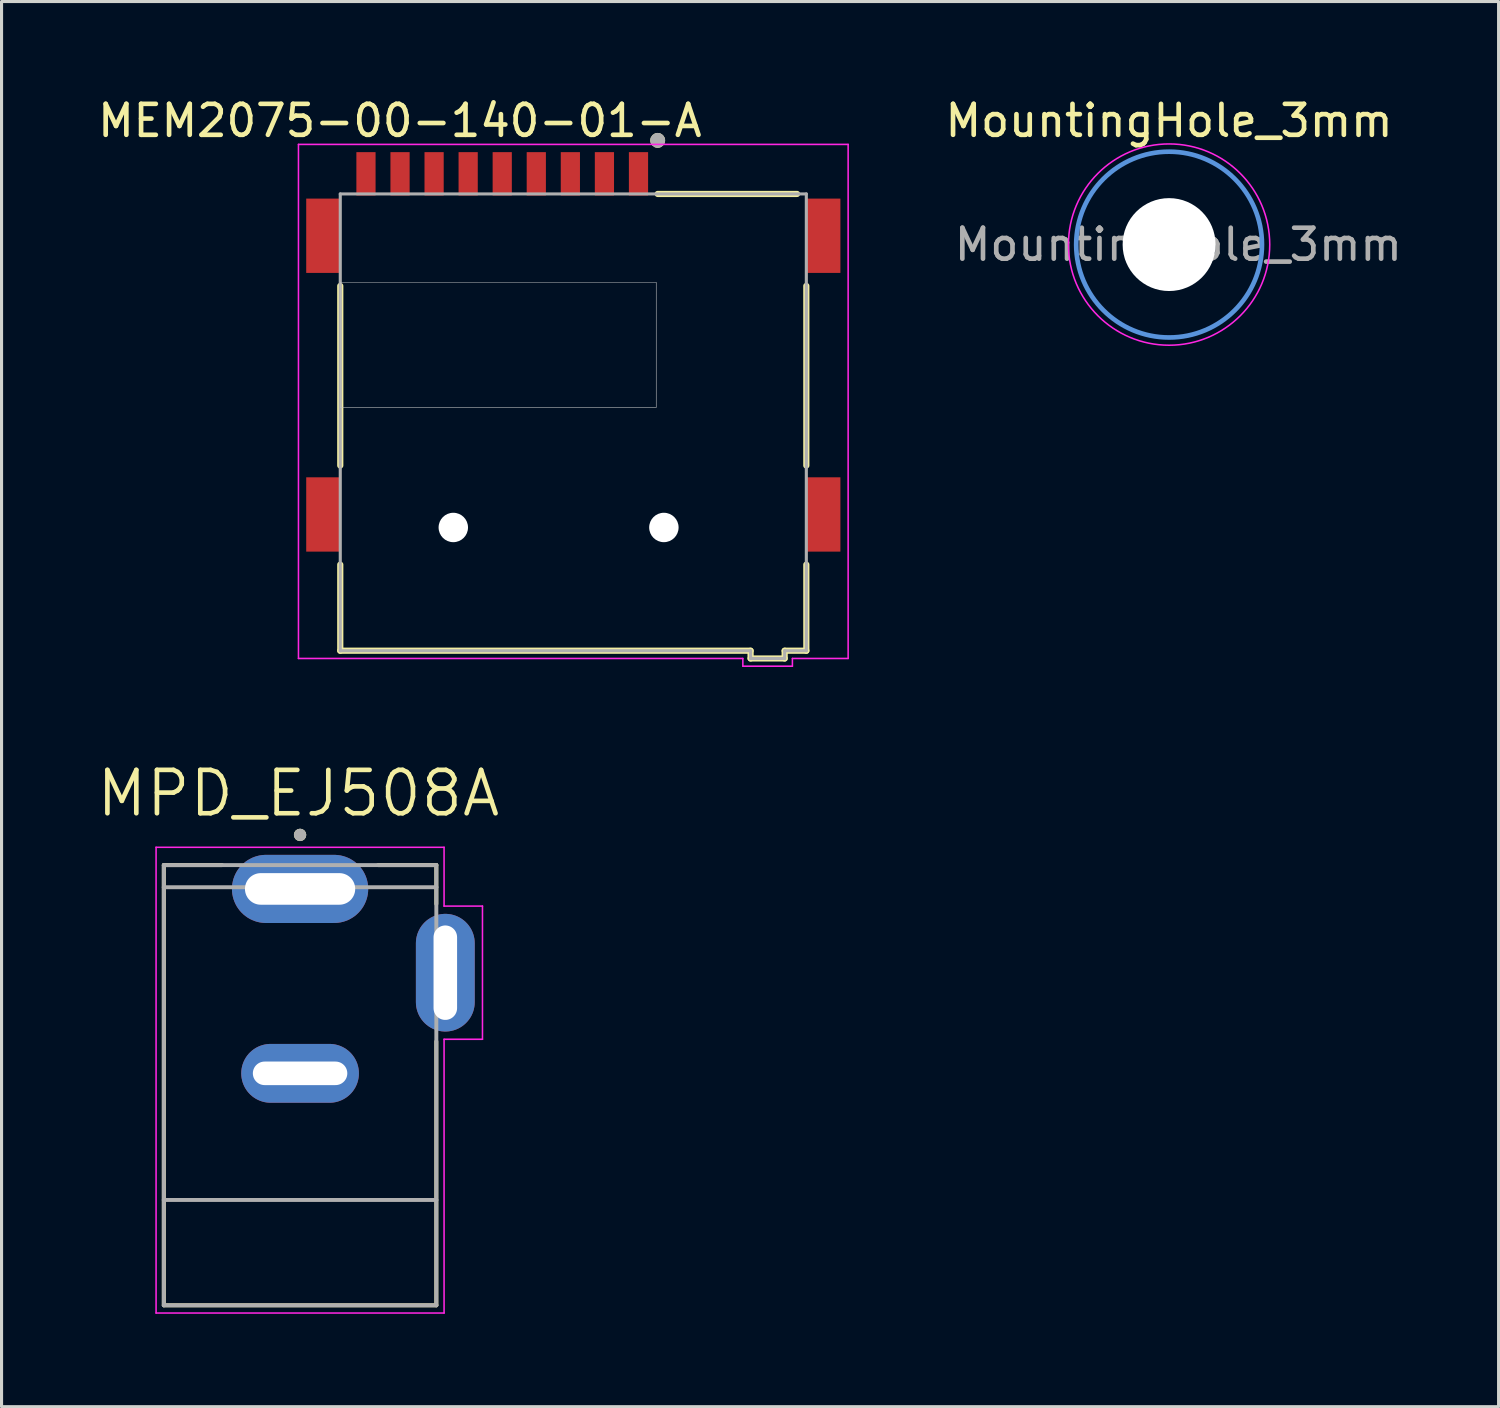
<source format=kicad_pcb>
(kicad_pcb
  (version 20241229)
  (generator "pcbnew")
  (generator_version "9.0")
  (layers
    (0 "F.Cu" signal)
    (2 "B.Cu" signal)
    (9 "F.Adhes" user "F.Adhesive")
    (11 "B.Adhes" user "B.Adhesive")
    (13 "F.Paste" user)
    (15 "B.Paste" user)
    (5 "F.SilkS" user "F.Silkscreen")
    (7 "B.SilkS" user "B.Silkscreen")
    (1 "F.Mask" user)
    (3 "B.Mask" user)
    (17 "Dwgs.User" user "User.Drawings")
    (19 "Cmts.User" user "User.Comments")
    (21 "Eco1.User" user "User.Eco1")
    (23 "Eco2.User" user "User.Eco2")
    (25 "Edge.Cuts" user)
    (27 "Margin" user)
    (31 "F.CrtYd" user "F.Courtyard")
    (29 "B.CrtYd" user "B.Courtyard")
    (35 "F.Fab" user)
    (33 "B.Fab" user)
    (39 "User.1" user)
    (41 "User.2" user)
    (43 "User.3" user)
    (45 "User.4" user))
  (footprint "MEM2075-00-140-01-A"
    (layer "F.Cu")
    (at 14.988 13.983)
    (property "Reference" "MEM2075-00-140-01-A" (at -5.125 -13.135 0) (layer "F.SilkS") (effects (font (size 1 1) (thickness 0.15))))
    (attr through_hole)
    (fp_line (start -7.05 -2) (end -7.05 -7.8) (stroke (width 0.2) (type solid)) (layer "F.SilkS"))
    (fp_line (start -7.05 3.98) (end -7.05 1.2) (stroke (width 0.2) (type solid)) (layer "F.SilkS"))
    (fp_line (start -7.05 3.98) (end 6.2 3.98) (stroke (width 0.2) (type solid)) (layer "F.SilkS"))
    (fp_line (start 3.2 -10.77) (end 7.7 -10.77) (stroke (width 0.2) (type solid)) (layer "F.SilkS"))
    (fp_line (start 6.2 3.98) (end 6.2 4.23) (stroke (width 0.2) (type solid)) (layer "F.SilkS"))
    (fp_line (start 6.2 4.23) (end 7.3 4.23) (stroke (width 0.2) (type solid)) (layer "F.SilkS"))
    (fp_line (start 7.3 3.98) (end 8 3.98) (stroke (width 0.2) (type solid)) (layer "F.SilkS"))
    (fp_line (start 7.3 4.23) (end 7.3 3.98) (stroke (width 0.2) (type solid)) (layer "F.SilkS"))
    (fp_line (start 8 -2) (end 8 -7.8) (stroke (width 0.2) (type solid)) (layer "F.SilkS"))
    (fp_line (start 8 3.98) (end 8 1.2) (stroke (width 0.2) (type solid)) (layer "F.SilkS"))
    (fp_circle (center 3.2 -12.5) (end 3.32 -12.5) (stroke (width 0.24) (type solid)) (fill no) (layer "F.SilkS"))
    (fp_poly (pts (xy -7.05 -7.92) (xy 3.15 -7.92) (xy 3.15 -3.87) (xy -7.05 -3.87)) (stroke (width 0.01) (type solid)) (fill no) (layer "Dwgs.User"))
    (fp_poly (pts (xy -7.05 -7.92) (xy 3.15 -7.92) (xy 3.15 -3.87) (xy -7.05 -3.87)) (stroke (width 0.01) (type solid)) (fill no) (layer "Dwgs.User"))
    (fp_line (start -8.4 -12.37) (end 9.35 -12.37) (stroke (width 0.05) (type solid)) (layer "F.CrtYd"))
    (fp_line (start -8.4 4.23) (end -8.4 -12.37) (stroke (width 0.05) (type solid)) (layer "F.CrtYd"))
    (fp_line (start -8.4 4.23) (end 5.95 4.23) (stroke (width 0.05) (type solid)) (layer "F.CrtYd"))
    (fp_line (start 5.95 4.23) (end 5.95 4.48) (stroke (width 0.05) (type solid)) (layer "F.CrtYd"))
    (fp_line (start 5.95 4.48) (end 7.55 4.48) (stroke (width 0.05) (type solid)) (layer "F.CrtYd"))
    (fp_line (start 7.55 4.23) (end 9.35 4.23) (stroke (width 0.05) (type solid)) (layer "F.CrtYd"))
    (fp_line (start 7.55 4.48) (end 7.55 4.23) (stroke (width 0.05) (type solid)) (layer "F.CrtYd"))
    (fp_line (start 9.35 -12.37) (end 9.35 4.23) (stroke (width 0.05) (type solid)) (layer "F.CrtYd"))
    (fp_line (start -7.05 -10.77) (end 8 -10.77) (stroke (width 0.1) (type solid)) (layer "F.Fab"))
    (fp_line (start -7.05 3.98) (end -7.05 -10.77) (stroke (width 0.1) (type solid)) (layer "F.Fab"))
    (fp_line (start -7.05 3.98) (end 6.2 3.98) (stroke (width 0.1) (type solid)) (layer "F.Fab"))
    (fp_line (start 6.2 3.98) (end 6.2 4.23) (stroke (width 0.1) (type solid)) (layer "F.Fab"))
    (fp_line (start 6.2 4.23) (end 7.3 4.23) (stroke (width 0.1) (type solid)) (layer "F.Fab"))
    (fp_line (start 7.3 3.98) (end 8 3.98) (stroke (width 0.1) (type solid)) (layer "F.Fab"))
    (fp_line (start 7.3 4.23) (end 7.3 3.98) (stroke (width 0.1) (type solid)) (layer "F.Fab"))
    (fp_line (start 8 3.98) (end 8 -10.77) (stroke (width 0.1) (type solid)) (layer "F.Fab"))
    (fp_circle (center 3.2 -12.5) (end 3.32 -12.5) (stroke (width 0.24) (type solid)) (fill no) (layer "F.Fab"))
    (pad "" np_thru_hole circle (at -3.4 0) (size 0.95 0.95) (drill 0.95) (layers "*.Cu" "*.Mask"))
    (pad "" np_thru_hole circle (at 3.4 0) (size 0.95 0.95) (drill 0.95) (layers "*.Cu" "*.Mask"))
    (pad "P1" smd rect (at 2.58 -11.42) (size 0.62 1.4) (layers "F.Cu" "F.Mask" "F.Paste"))
    (pad "P2" smd rect (at 1.48 -11.42) (size 0.62 1.4) (layers "F.Cu" "F.Mask" "F.Paste"))
    (pad "P3" smd rect (at 0.38 -11.42) (size 0.62 1.4) (layers "F.Cu" "F.Mask" "F.Paste"))
    (pad "P4" smd rect (at -0.72 -11.42) (size 0.62 1.4) (layers "F.Cu" "F.Mask" "F.Paste"))
    (pad "P5" smd rect (at -1.82 -11.42) (size 0.62 1.4) (layers "F.Cu" "F.Mask" "F.Paste"))
    (pad "P6" smd rect (at -2.92 -11.42) (size 0.62 1.4) (layers "F.Cu" "F.Mask" "F.Paste"))
    (pad "P7" smd rect (at -4.02 -11.42) (size 0.62 1.4) (layers "F.Cu" "F.Mask" "F.Paste"))
    (pad "P8" smd rect (at -5.12 -11.42) (size 0.62 1.4) (layers "F.Cu" "F.Mask" "F.Paste"))
    (pad "P9" smd rect (at -6.22 -11.42) (size 0.62 1.4) (layers "F.Cu" "F.Mask" "F.Paste"))
    (pad "SH1" smd rect (at -7.6 -0.42) (size 1.1 2.4) (layers "F.Cu" "F.Mask" "F.Paste"))
    (pad "SH2" smd rect (at -7.6 -9.42) (size 1.1 2.4) (layers "F.Cu" "F.Mask" "F.Paste"))
    (pad "SH3" smd rect (at 8.55 -9.42) (size 1.1 2.4) (layers "F.Cu" "F.Mask" "F.Paste"))
    (pad "SH4" smd rect (at 8.55 -0.42) (size 1.1 2.4) (layers "F.Cu" "F.Mask" "F.Paste")))
  (footprint "MPD_EJ508A"
    (layer "F.Cu")
    (at 6.64 28.36)
    (property "Reference" "MPD_EJ508A" (at -0.055 -5.789 0) (layer "F.SilkS") (effects (font (size 1.4 1.4) (thickness 0.15))))
    (attr through_hole)
    (fp_line (start -4.4 -3.475) (end -4.4 10.74) (stroke (width 0.127) (type solid)) (layer "F.SilkS"))
    (fp_line (start -4.4 10.74) (end 4.4 10.74) (stroke (width 0.127) (type solid)) (layer "F.SilkS"))
    (fp_line (start -2.52 -3.475) (end -4.4 -3.475) (stroke (width 0.127) (type solid)) (layer "F.SilkS"))
    (fp_line (start 2.52 -3.475) (end 4.4 -3.475) (stroke (width 0.127) (type solid)) (layer "F.SilkS"))
    (fp_line (start 4.4 -3.475) (end 4.4 -2.22) (stroke (width 0.127) (type solid)) (layer "F.SilkS"))
    (fp_line (start 4.4 10.74) (end 4.4 2.22) (stroke (width 0.127) (type solid)) (layer "F.SilkS"))
    (fp_circle (center 0 -4.45) (end 0.1 -4.45) (stroke (width 0.2) (type solid)) (fill no) (layer "F.SilkS"))
    (fp_line (start -4.65 -4.05) (end -4.65 10.99) (stroke (width 0.05) (type solid)) (layer "F.CrtYd"))
    (fp_line (start -4.65 10.99) (end 4.65 10.99) (stroke (width 0.05) (type solid)) (layer "F.CrtYd"))
    (fp_line (start 4.65 -4.05) (end -4.65 -4.05) (stroke (width 0.05) (type solid)) (layer "F.CrtYd"))
    (fp_line (start 4.65 -4.05) (end 4.65 -2.15) (stroke (width 0.05) (type solid)) (layer "F.CrtYd"))
    (fp_line (start 4.65 -2.15) (end 5.89 -2.15) (stroke (width 0.05) (type solid)) (layer "F.CrtYd"))
    (fp_line (start 4.65 2.15) (end 4.65 10.99) (stroke (width 0.05) (type solid)) (layer "F.CrtYd"))
    (fp_line (start 5.89 -2.15) (end 5.89 2.15) (stroke (width 0.05) (type solid)) (layer "F.CrtYd"))
    (fp_line (start 5.89 2.15) (end 4.65 2.15) (stroke (width 0.05) (type solid)) (layer "F.CrtYd"))
    (fp_line (start -4.4 -3.475) (end -4.4 -2.76) (stroke (width 0.127) (type solid)) (layer "F.Fab"))
    (fp_line (start -4.4 -2.76) (end -4.4 7.34) (stroke (width 0.127) (type solid)) (layer "F.Fab"))
    (fp_line (start -4.4 -2.76) (end 4.4 -2.76) (stroke (width 0.127) (type solid)) (layer "F.Fab"))
    (fp_line (start -4.4 7.34) (end -4.4 10.74) (stroke (width 0.127) (type solid)) (layer "F.Fab"))
    (fp_line (start -4.4 7.34) (end 4.4 7.34) (stroke (width 0.127) (type solid)) (layer "F.Fab"))
    (fp_line (start -4.4 10.74) (end 4.4 10.74) (stroke (width 0.127) (type solid)) (layer "F.Fab"))
    (fp_line (start 4.4 -3.475) (end -4.4 -3.475) (stroke (width 0.127) (type solid)) (layer "F.Fab"))
    (fp_line (start 4.4 -2.76) (end 4.4 -3.475) (stroke (width 0.127) (type solid)) (layer "F.Fab"))
    (fp_line (start 4.4 7.34) (end 4.4 -2.76) (stroke (width 0.127) (type solid)) (layer "F.Fab"))
    (fp_line (start 4.4 10.74) (end 4.4 7.34) (stroke (width 0.127) (type solid)) (layer "F.Fab"))
    (fp_circle (center 0 -4.45) (end 0.1 -4.45) (stroke (width 0.2) (type solid)) (fill no) (layer "F.Fab"))
    (pad "1" thru_hole oval (at 0 -2.705) (size 4.4 2.2) (drill oval 3.56 1.02) (layers "*.Cu" "*.Mask"))
    (pad "2" thru_hole oval (at 0 3.25) (size 3.8 1.9) (drill oval 3.05 0.76) (layers "*.Cu" "*.Mask"))
    (pad "3" thru_hole oval (at 4.69 0) (size 1.9 3.8) (drill oval 0.76 3.05) (layers "*.Cu" "*.Mask")))
  (footprint "MountingHole_3mm"
    (layer "F.Cu")
    (at 34.702 4.848)
    (property "Reference" "MountingHole_3mm" (at 0 -4 0) (layer "F.SilkS") (effects (font (size 1 1) (thickness 0.15))))
    (attr exclude_from_pos_files exclude_from_bom)
    (fp_circle (center 0 0) (end 3 0) (stroke (width 0.15) (type solid)) (fill no) (layer "Cmts.User"))
    (fp_circle (center 0 0) (end 3.25 0) (stroke (width 0.05) (type solid)) (fill no) (layer "F.CrtYd"))
    (fp_text user "${REFERENCE}" (at 0.3 0 0) (layer "F.Fab") (effects (font (size 1 1) (thickness 0.15))))
    (pad "" np_thru_hole circle (at 0 0) (size 3 3) (drill 3) (layers "*.Cu" "*.Mask")))
  (gr_rect
    (start -3 -3)
    (end 45.342 42.374)
    (stroke (width 0.1) (type default))
    (fill no)
    (layer "Edge.Cuts")))
</source>
